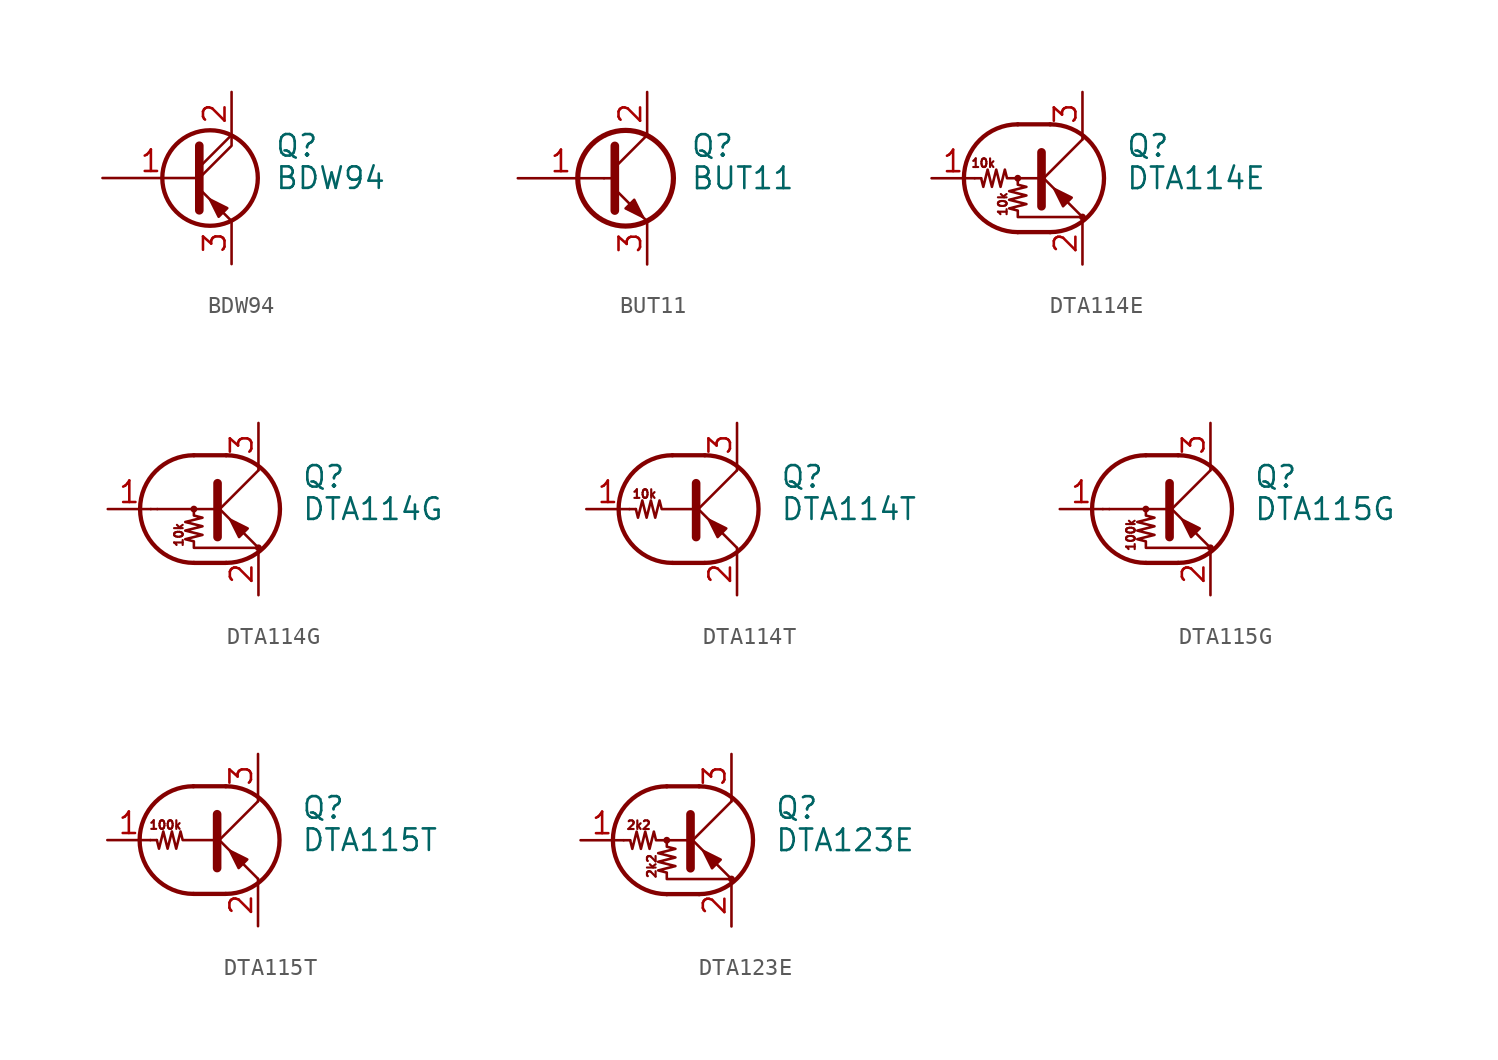
<source format=kicad_sym>
(kicad_symbol_lib
  (version 20220914)
  (generator kicad_symbol_editor)
  (symbol "BDW94"
    (pin_names
      (offset 0) hide)
    (property "Reference" "Q"
      (at 5.08 1.905 0)
      (effects (font (size 1.27 1.27)) (justify left)))
    (property "Value" "BDW94"
      (at 5.08 0 0)
      (effects (font (size 1.27 1.27)) (justify left)))
    (symbol "BDW94_0_1"
      (polyline (pts (xy 0.635 0.635) (xy 2.54 2.54)) (stroke (width 0) (type default)) (fill (type none)))
      (polyline (pts (xy 0.635 -0.635) (xy 2.54 -2.54) (xy 2.54 -2.54)) (stroke (width 0) (type default)) (fill (type none)))
      (polyline (pts (xy 0.635 0) (xy 2.54 1.905) (xy 2.54 2.54)) (stroke (width 0) (type default)) (fill (type none)))
      (polyline (pts (xy 0.635 1.905) (xy 0.635 -1.905) (xy 0.635 -1.905)) (stroke (width 0.508) (type default)) (fill (type none)))
      (polyline (pts (xy 2.286 -1.778) (xy 1.778 -2.286) (xy 1.27 -1.27) (xy 2.286 -1.778) (xy 2.286 -1.778)) (stroke (width 0) (type default)) (fill (type outline)))
      (circle (center 1.27 0) (radius 2.819) (stroke (width 0.254) (type default)) (fill (type none))))
    (symbol "BDW94_1_1"
      (pin input line (at -5.08 0 0) (length 5.715) (name "B" (effects (font (size 1.27 1.27)))) (number "1" (effects (font (size 1.27 1.27)))))
      (pin passive line (at 2.54 5.08 270) (length 2.54) (name "C" (effects (font (size 1.27 1.27)))) (number "2" (effects (font (size 1.27 1.27)))))
      (pin passive line (at 2.54 -5.08 90) (length 2.54) (name "E" (effects (font (size 1.27 1.27)))) (number "3" (effects (font (size 1.27 1.27)))))))
  (symbol "BUT11"
    (pin_names
      (offset 0) hide)
    (property "Reference" "Q"
      (at 5.08 1.905 0)
      (effects (font (size 1.27 1.27)) (justify left)))
    (property "Value" "BUT11"
      (at 5.08 0 0)
      (effects (font (size 1.27 1.27)) (justify left)))
    (symbol "BUT11_0_1"
      (polyline (pts (xy 0 0) (xy 0.635 0)) (stroke (width 0) (type default)) (fill (type none)))
      (polyline (pts (xy 2.54 -2.54) (xy 0.635 -0.635)) (stroke (width 0) (type default)) (fill (type none)))
      (polyline (pts (xy 2.54 2.54) (xy 0.635 0.635)) (stroke (width 0) (type default)) (fill (type none)))
      (polyline (pts (xy 0.635 1.905) (xy 0.635 -1.905) (xy 0.635 -1.905)) (stroke (width 0.508) (type default)) (fill (type none)))
      (polyline (pts (xy 2.286 -2.286) (xy 1.778 -1.778) (xy 1.778 -1.778)) (stroke (width 0) (type default)) (fill (type none)))
      (polyline (pts (xy 1.27 -1.778) (xy 1.778 -1.27) (xy 2.286 -2.286) (xy 1.27 -1.778) (xy 1.27 -1.778)) (stroke (width 0) (type default)) (fill (type outline)))
      (circle (center 1.27 0) (radius 2.819) (stroke (width 0.305) (type default)) (fill (type none))))
    (symbol "BUT11_1_1"
      (pin input line (at -5.08 0 0) (length 5.08) (name "B" (effects (font (size 1.27 1.27)))) (number "1" (effects (font (size 1.27 1.27)))))
      (pin passive line (at 2.54 5.08 270) (length 2.54) (name "C" (effects (font (size 1.27 1.27)))) (number "2" (effects (font (size 1.27 1.27)))))
      (pin passive line (at 2.54 -5.08 90) (length 2.54) (name "E" (effects (font (size 1.27 1.27)))) (number "3" (effects (font (size 1.27 1.27)))))))
  (symbol "DTA114E"
    (pin_names
      (offset 0) hide)
    (property "Reference" "Q"
      (at 5.08 1.905 0)
      (effects (font (size 1.27 1.27)) (justify left)))
    (property "Value" "DTA114E"
      (at 5.08 0 0)
      (effects (font (size 1.27 1.27)) (justify left)))
    (symbol "DTA114E_0_0"
      (text "10k" (at -3.302 0.889 0) (effects (font (size 0.508 0.508))))
      (text "10k" (at -2.159 -1.524 900) (effects (font (size 0.508 0.508)))))
    (symbol "DTA114E_0_1"
      (circle (center -1.27 0) (radius 0.127) (stroke (width 0) (type default)) (fill (type none)))
      (arc (start -1.27 3.175) (mid -4.4312 0) (end -1.27 -3.175) (stroke (width 0.254) (type default)) (fill (type none)))
      (polyline (pts (xy -3.429 0) (xy -3.81 0)) (stroke (width 0) (type default)) (fill (type none)))
      (polyline (pts (xy -1.27 -3.175) (xy 0.635 -3.175)) (stroke (width 0.254) (type default)) (fill (type none)))
      (polyline (pts (xy -1.27 3.175) (xy 0.635 3.175)) (stroke (width 0.254) (type default)) (fill (type none)))
      (polyline (pts (xy 0 -0.254) (xy 2.54 2.286)) (stroke (width 0) (type default)) (fill (type none)))
      (polyline (pts (xy 0.127 1.524) (xy 0.127 -1.651)) (stroke (width 0.508) (type default)) (fill (type outline)))
      (polyline (pts (xy 2.54 2.286) (xy 2.54 2.54)) (stroke (width 0) (type default)) (fill (type none)))
      (polyline (pts (xy 2.54 -2.286) (xy 0 0.254) (xy 0 0.254)) (stroke (width 0) (type default)) (fill (type none)))
      (polyline (pts (xy 1.397 -1.651) (xy 1.905 -1.143) (xy 0.889 -0.635) (xy 1.397 -1.651)) (stroke (width 0) (type default)) (fill (type outline)))
      (polyline (pts (xy 0 0) (xy -1.905 0) (xy -2.032 0.508) (xy -2.286 -0.508) (xy -2.54 0.508) (xy -2.794 -0.508) (xy -3.048 0.508) (xy -3.302 -0.508) (xy -3.429 0)) (stroke (width 0) (type default)) (fill (type none)))
      (polyline (pts (xy -1.27 0) (xy -1.27 -0.381) (xy -0.762 -0.508) (xy -1.778 -0.762) (xy -0.762 -1.016) (xy -1.778 -1.27) (xy -0.762 -1.524) (xy -1.778 -1.778) (xy -1.27 -1.905) (xy -1.27 -2.286) (xy 2.54 -2.286)) (stroke (width 0) (type default)) (fill (type none)))
      (arc (start 0.635 -3.175) (mid 3.7962 0) (end 0.635 3.175) (stroke (width 0.254) (type default)) (fill (type none)))
      (circle (center 2.54 -2.286) (radius 0.127) (stroke (width 0) (type default)) (fill (type none))))
    (symbol "DTA114E_1_1"
      (pin input line (at -6.35 0 0) (length 2.54) (name "B" (effects (font (size 1.27 1.27)))) (number "1" (effects (font (size 1.27 1.27)))))
      (pin passive line (at 2.54 -5.08 90) (length 2.54) (name "E" (effects (font (size 1.27 1.27)))) (number "2" (effects (font (size 1.27 1.27)))))
      (pin passive line (at 2.54 5.08 270) (length 2.54) (name "C" (effects (font (size 1.27 1.27)))) (number "3" (effects (font (size 1.27 1.27)))))))
  (symbol "DTA114G"
    (pin_names
      (offset 0) hide)
    (property "Reference" "Q"
      (at 5.08 1.905 0)
      (effects (font (size 1.27 1.27)) (justify left)))
    (property "Value" "DTA114G"
      (at 5.08 0 0)
      (effects (font (size 1.27 1.27)) (justify left)))
    (symbol "DTA114G_0_0"
      (polyline (pts (xy -3.429 0) (xy 0 0)) (stroke (width 0) (type default)) (fill (type none)))
      (text "10k" (at -2.159 -1.524 900) (effects (font (size 0.508 0.508)))))
    (symbol "DTA114G_0_1"
      (circle (center -1.27 0) (radius 0.127) (stroke (width 0) (type default)) (fill (type none)))
      (arc (start -1.27 3.175) (mid -4.4312 0) (end -1.27 -3.175) (stroke (width 0.254) (type default)) (fill (type none)))
      (polyline (pts (xy -3.429 0) (xy -3.81 0)) (stroke (width 0) (type default)) (fill (type none)))
      (polyline (pts (xy -1.27 -3.175) (xy 0.635 -3.175)) (stroke (width 0.254) (type default)) (fill (type none)))
      (polyline (pts (xy -1.27 3.175) (xy 0.635 3.175)) (stroke (width 0.254) (type default)) (fill (type none)))
      (polyline (pts (xy 0 -0.254) (xy 2.54 2.286)) (stroke (width 0) (type default)) (fill (type none)))
      (polyline (pts (xy 0.127 1.524) (xy 0.127 -1.651)) (stroke (width 0.508) (type default)) (fill (type outline)))
      (polyline (pts (xy 2.54 2.286) (xy 2.54 2.54)) (stroke (width 0) (type default)) (fill (type none)))
      (polyline (pts (xy 2.54 -2.286) (xy 0 0.254) (xy 0 0.254)) (stroke (width 0) (type default)) (fill (type none)))
      (polyline (pts (xy 1.397 -1.651) (xy 1.905 -1.143) (xy 0.889 -0.635) (xy 1.397 -1.651)) (stroke (width 0) (type default)) (fill (type outline)))
      (polyline (pts (xy -1.27 0) (xy -1.27 -0.381) (xy -0.762 -0.508) (xy -1.778 -0.762) (xy -0.762 -1.016) (xy -1.778 -1.27) (xy -0.762 -1.524) (xy -1.778 -1.778) (xy -1.27 -1.905) (xy -1.27 -2.286) (xy 2.54 -2.286)) (stroke (width 0) (type default)) (fill (type none)))
      (arc (start 0.635 -3.175) (mid 3.7962 0) (end 0.635 3.175) (stroke (width 0.254) (type default)) (fill (type none)))
      (circle (center 2.54 -2.286) (radius 0.127) (stroke (width 0) (type default)) (fill (type none))))
    (symbol "DTA114G_1_1"
      (pin input line (at -6.35 0 0) (length 2.54) (name "B" (effects (font (size 1.27 1.27)))) (number "1" (effects (font (size 1.27 1.27)))))
      (pin passive line (at 2.54 -5.08 90) (length 2.54) (name "E" (effects (font (size 1.27 1.27)))) (number "2" (effects (font (size 1.27 1.27)))))
      (pin passive line (at 2.54 5.08 270) (length 2.54) (name "C" (effects (font (size 1.27 1.27)))) (number "3" (effects (font (size 1.27 1.27)))))))
  (symbol "DTA114T"
    (pin_names
      (offset 0) hide)
    (property "Reference" "Q"
      (at 5.08 1.905 0)
      (effects (font (size 1.27 1.27)) (justify left)))
    (property "Value" "DTA114T"
      (at 5.08 0 0)
      (effects (font (size 1.27 1.27)) (justify left)))
    (symbol "DTA114T_0_0"
      (polyline (pts (xy 2.54 -2.286) (xy 2.54 -2.54)) (stroke (width 0) (type default)) (fill (type none)))
      (text "10k" (at -2.921 0.889 0) (effects (font (size 0.508 0.508)))))
    (symbol "DTA114T_0_1"
      (arc (start -1.27 3.175) (mid -4.4312 0) (end -1.27 -3.175) (stroke (width 0.254) (type default)) (fill (type none)))
      (polyline (pts (xy -3.429 0) (xy -3.81 0)) (stroke (width 0) (type default)) (fill (type none)))
      (polyline (pts (xy -1.27 -3.175) (xy 0.635 -3.175)) (stroke (width 0.254) (type default)) (fill (type none)))
      (polyline (pts (xy -1.27 3.175) (xy 0.635 3.175)) (stroke (width 0.254) (type default)) (fill (type none)))
      (polyline (pts (xy 0 -0.254) (xy 2.54 2.286)) (stroke (width 0) (type default)) (fill (type none)))
      (polyline (pts (xy 0.127 1.524) (xy 0.127 -1.651)) (stroke (width 0.508) (type default)) (fill (type outline)))
      (polyline (pts (xy 2.54 2.286) (xy 2.54 2.54)) (stroke (width 0) (type default)) (fill (type none)))
      (polyline (pts (xy 2.54 -2.286) (xy 0 0.254) (xy 0 0.254)) (stroke (width 0) (type default)) (fill (type none)))
      (polyline (pts (xy 1.397 -1.651) (xy 1.905 -1.143) (xy 0.889 -0.635) (xy 1.397 -1.651)) (stroke (width 0) (type default)) (fill (type outline)))
      (polyline (pts (xy 0 0) (xy -1.905 0) (xy -2.032 0.508) (xy -2.286 -0.508) (xy -2.54 0.508) (xy -2.794 -0.508) (xy -3.048 0.508) (xy -3.302 -0.508) (xy -3.429 0)) (stroke (width 0) (type default)) (fill (type none)))
      (arc (start 0.635 -3.175) (mid 3.7962 0) (end 0.635 3.175) (stroke (width 0.254) (type default)) (fill (type none))))
    (symbol "DTA114T_1_1"
      (pin input line (at -6.35 0 0) (length 2.54) (name "B" (effects (font (size 1.27 1.27)))) (number "1" (effects (font (size 1.27 1.27)))))
      (pin passive line (at 2.54 -5.08 90) (length 2.54) (name "E" (effects (font (size 1.27 1.27)))) (number "2" (effects (font (size 1.27 1.27)))))
      (pin passive line (at 2.54 5.08 270) (length 2.54) (name "C" (effects (font (size 1.27 1.27)))) (number "3" (effects (font (size 1.27 1.27)))))))
  (symbol "DTA115G"
    (pin_names
      (offset 0) hide)
    (property "Reference" "Q"
      (at 5.08 1.905 0)
      (effects (font (size 1.27 1.27)) (justify left)))
    (property "Value" "DTA115G"
      (at 5.08 0 0)
      (effects (font (size 1.27 1.27)) (justify left)))
    (symbol "DTA115G_0_0"
      (polyline (pts (xy -3.429 0) (xy 0 0)) (stroke (width 0) (type default)) (fill (type none)))
      (text "100k" (at -2.159 -1.524 900) (effects (font (size 0.508 0.508)))))
    (symbol "DTA115G_0_1"
      (circle (center -1.27 0) (radius 0.127) (stroke (width 0) (type default)) (fill (type none)))
      (arc (start -1.27 3.175) (mid -4.4312 0) (end -1.27 -3.175) (stroke (width 0.254) (type default)) (fill (type none)))
      (polyline (pts (xy -3.429 0) (xy -3.81 0)) (stroke (width 0) (type default)) (fill (type none)))
      (polyline (pts (xy -1.27 -3.175) (xy 0.635 -3.175)) (stroke (width 0.254) (type default)) (fill (type none)))
      (polyline (pts (xy -1.27 3.175) (xy 0.635 3.175)) (stroke (width 0.254) (type default)) (fill (type none)))
      (polyline (pts (xy 0 -0.254) (xy 2.54 2.286)) (stroke (width 0) (type default)) (fill (type none)))
      (polyline (pts (xy 0.127 1.524) (xy 0.127 -1.651)) (stroke (width 0.508) (type default)) (fill (type outline)))
      (polyline (pts (xy 2.54 2.286) (xy 2.54 2.54)) (stroke (width 0) (type default)) (fill (type none)))
      (polyline (pts (xy 2.54 -2.286) (xy 0 0.254) (xy 0 0.254)) (stroke (width 0) (type default)) (fill (type none)))
      (polyline (pts (xy 1.397 -1.651) (xy 1.905 -1.143) (xy 0.889 -0.635) (xy 1.397 -1.651)) (stroke (width 0) (type default)) (fill (type outline)))
      (polyline (pts (xy -1.27 0) (xy -1.27 -0.381) (xy -0.762 -0.508) (xy -1.778 -0.762) (xy -0.762 -1.016) (xy -1.778 -1.27) (xy -0.762 -1.524) (xy -1.778 -1.778) (xy -1.27 -1.905) (xy -1.27 -2.286) (xy 2.54 -2.286)) (stroke (width 0) (type default)) (fill (type none)))
      (arc (start 0.635 -3.175) (mid 3.7962 0) (end 0.635 3.175) (stroke (width 0.254) (type default)) (fill (type none)))
      (circle (center 2.54 -2.286) (radius 0.127) (stroke (width 0) (type default)) (fill (type none))))
    (symbol "DTA115G_1_1"
      (pin input line (at -6.35 0 0) (length 2.54) (name "B" (effects (font (size 1.27 1.27)))) (number "1" (effects (font (size 1.27 1.27)))))
      (pin passive line (at 2.54 -5.08 90) (length 2.54) (name "E" (effects (font (size 1.27 1.27)))) (number "2" (effects (font (size 1.27 1.27)))))
      (pin passive line (at 2.54 5.08 270) (length 2.54) (name "C" (effects (font (size 1.27 1.27)))) (number "3" (effects (font (size 1.27 1.27)))))))
  (symbol "DTA115T"
    (pin_names
      (offset 0) hide)
    (property "Reference" "Q"
      (at 5.08 1.905 0)
      (effects (font (size 1.27 1.27)) (justify left)))
    (property "Value" "DTA115T"
      (at 5.08 0 0)
      (effects (font (size 1.27 1.27)) (justify left)))
    (symbol "DTA115T_0_0"
      (polyline (pts (xy 2.54 -2.286) (xy 2.54 -2.54)) (stroke (width 0) (type default)) (fill (type none)))
      (text "100k" (at -2.921 0.889 0) (effects (font (size 0.508 0.508)))))
    (symbol "DTA115T_0_1"
      (arc (start -1.27 3.175) (mid -4.4312 0) (end -1.27 -3.175) (stroke (width 0.254) (type default)) (fill (type none)))
      (polyline (pts (xy -3.429 0) (xy -3.81 0)) (stroke (width 0) (type default)) (fill (type none)))
      (polyline (pts (xy -1.27 -3.175) (xy 0.635 -3.175)) (stroke (width 0.254) (type default)) (fill (type none)))
      (polyline (pts (xy -1.27 3.175) (xy 0.635 3.175)) (stroke (width 0.254) (type default)) (fill (type none)))
      (polyline (pts (xy 0 -0.254) (xy 2.54 2.286)) (stroke (width 0) (type default)) (fill (type none)))
      (polyline (pts (xy 0.127 1.524) (xy 0.127 -1.651)) (stroke (width 0.508) (type default)) (fill (type outline)))
      (polyline (pts (xy 2.54 2.286) (xy 2.54 2.54)) (stroke (width 0) (type default)) (fill (type none)))
      (polyline (pts (xy 2.54 -2.286) (xy 0 0.254) (xy 0 0.254)) (stroke (width 0) (type default)) (fill (type none)))
      (polyline (pts (xy 1.397 -1.651) (xy 1.905 -1.143) (xy 0.889 -0.635) (xy 1.397 -1.651)) (stroke (width 0) (type default)) (fill (type outline)))
      (polyline (pts (xy 0 0) (xy -1.905 0) (xy -2.032 0.508) (xy -2.286 -0.508) (xy -2.54 0.508) (xy -2.794 -0.508) (xy -3.048 0.508) (xy -3.302 -0.508) (xy -3.429 0)) (stroke (width 0) (type default)) (fill (type none)))
      (arc (start 0.635 -3.175) (mid 3.7962 0) (end 0.635 3.175) (stroke (width 0.254) (type default)) (fill (type none))))
    (symbol "DTA115T_1_1"
      (pin input line (at -6.35 0 0) (length 2.54) (name "B" (effects (font (size 1.27 1.27)))) (number "1" (effects (font (size 1.27 1.27)))))
      (pin passive line (at 2.54 -5.08 90) (length 2.54) (name "E" (effects (font (size 1.27 1.27)))) (number "2" (effects (font (size 1.27 1.27)))))
      (pin passive line (at 2.54 5.08 270) (length 2.54) (name "C" (effects (font (size 1.27 1.27)))) (number "3" (effects (font (size 1.27 1.27)))))))
  (symbol "DTA123E"
    (pin_names
      (offset 0) hide)
    (property "Reference" "Q"
      (at 5.08 1.905 0)
      (effects (font (size 1.27 1.27)) (justify left)))
    (property "Value" "DTA123E"
      (at 5.08 0 0)
      (effects (font (size 1.27 1.27)) (justify left)))
    (symbol "DTA123E_0_0"
      (text "2k2" (at -2.921 0.889 0) (effects (font (size 0.508 0.508))))
      (text "2k2" (at -2.159 -1.524 900) (effects (font (size 0.508 0.508)))))
    (symbol "DTA123E_0_1"
      (circle (center -1.27 0) (radius 0.127) (stroke (width 0) (type default)) (fill (type none)))
      (arc (start -1.27 3.175) (mid -4.4312 0) (end -1.27 -3.175) (stroke (width 0.254) (type default)) (fill (type none)))
      (polyline (pts (xy -3.429 0) (xy -3.81 0)) (stroke (width 0) (type default)) (fill (type none)))
      (polyline (pts (xy -1.27 -3.175) (xy 0.635 -3.175)) (stroke (width 0.254) (type default)) (fill (type none)))
      (polyline (pts (xy -1.27 3.175) (xy 0.635 3.175)) (stroke (width 0.254) (type default)) (fill (type none)))
      (polyline (pts (xy 0 -0.254) (xy 2.54 2.286)) (stroke (width 0) (type default)) (fill (type none)))
      (polyline (pts (xy 0.127 1.524) (xy 0.127 -1.651)) (stroke (width 0.508) (type default)) (fill (type outline)))
      (polyline (pts (xy 2.54 2.286) (xy 2.54 2.54)) (stroke (width 0) (type default)) (fill (type none)))
      (polyline (pts (xy 2.54 -2.286) (xy 0 0.254) (xy 0 0.254)) (stroke (width 0) (type default)) (fill (type none)))
      (polyline (pts (xy 1.397 -1.651) (xy 1.905 -1.143) (xy 0.889 -0.635) (xy 1.397 -1.651)) (stroke (width 0) (type default)) (fill (type outline)))
      (polyline (pts (xy 0 0) (xy -1.905 0) (xy -2.032 0.508) (xy -2.286 -0.508) (xy -2.54 0.508) (xy -2.794 -0.508) (xy -3.048 0.508) (xy -3.302 -0.508) (xy -3.429 0)) (stroke (width 0) (type default)) (fill (type none)))
      (polyline (pts (xy -1.27 0) (xy -1.27 -0.381) (xy -0.762 -0.508) (xy -1.778 -0.762) (xy -0.762 -1.016) (xy -1.778 -1.27) (xy -0.762 -1.524) (xy -1.778 -1.778) (xy -1.27 -1.905) (xy -1.27 -2.286) (xy 2.54 -2.286)) (stroke (width 0) (type default)) (fill (type none)))
      (arc (start 0.635 -3.175) (mid 3.7962 0) (end 0.635 3.175) (stroke (width 0.254) (type default)) (fill (type none)))
      (circle (center 2.54 -2.286) (radius 0.127) (stroke (width 0) (type default)) (fill (type none))))
    (symbol "DTA123E_1_1"
      (pin input line (at -6.35 0 0) (length 2.54) (name "B" (effects (font (size 1.27 1.27)))) (number "1" (effects (font (size 1.27 1.27)))))
      (pin passive line (at 2.54 -5.08 90) (length 2.54) (name "E" (effects (font (size 1.27 1.27)))) (number "2" (effects (font (size 1.27 1.27)))))
      (pin passive line (at 2.54 5.08 270) (length 2.54) (name "C" (effects (font (size 1.27 1.27)))) (number "3" (effects (font (size 1.27 1.27))))))))
</source>
